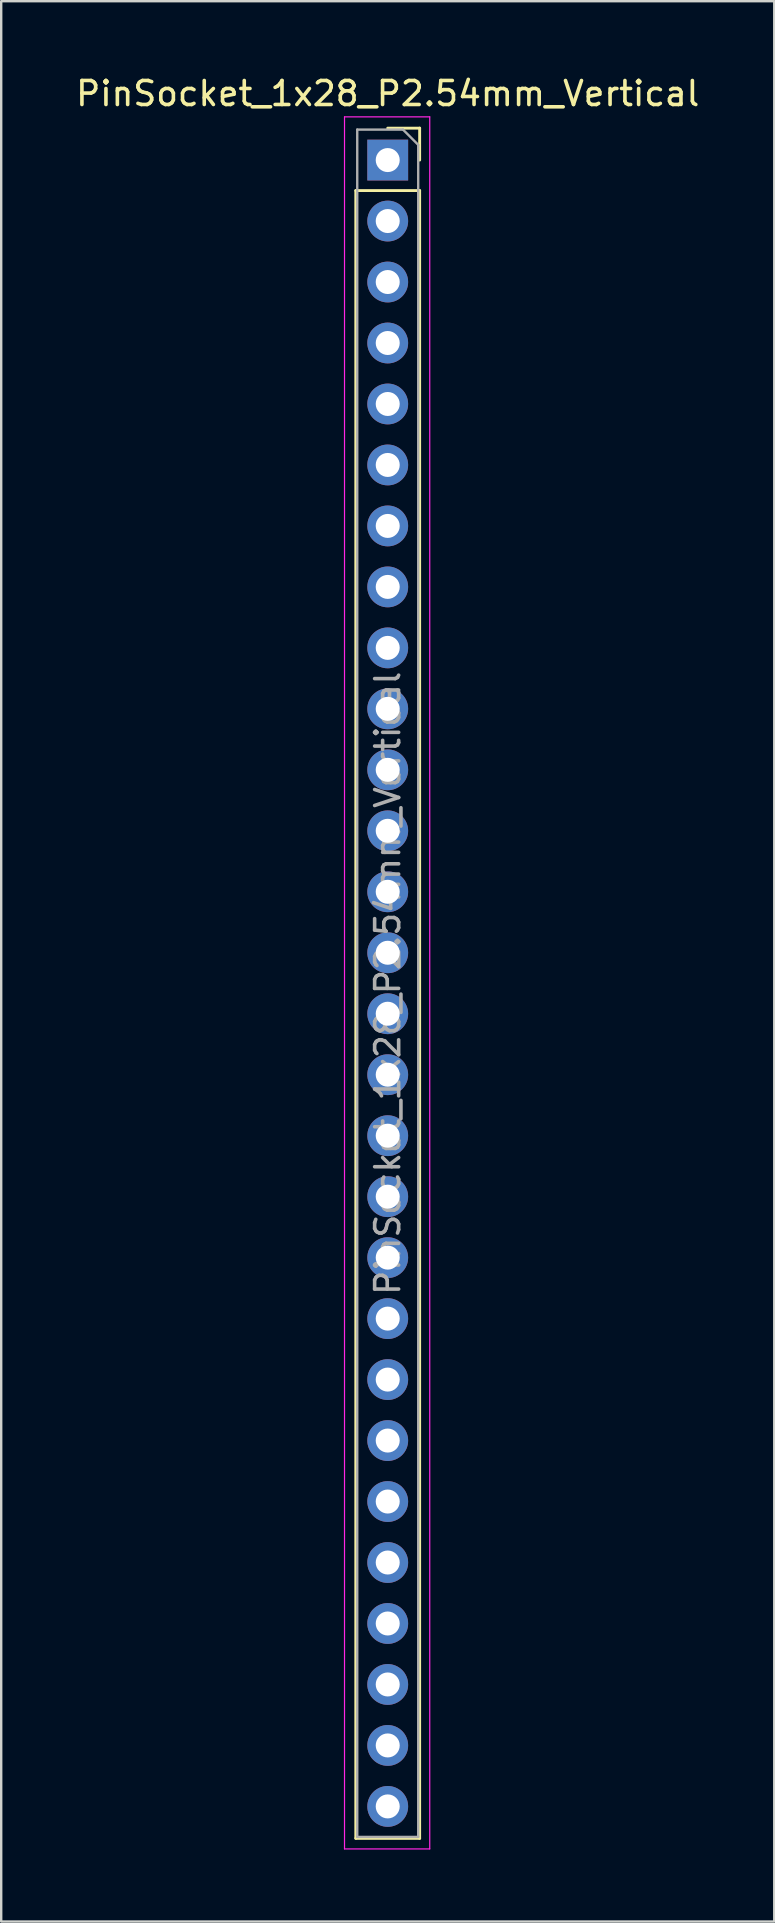
<source format=kicad_pcb>
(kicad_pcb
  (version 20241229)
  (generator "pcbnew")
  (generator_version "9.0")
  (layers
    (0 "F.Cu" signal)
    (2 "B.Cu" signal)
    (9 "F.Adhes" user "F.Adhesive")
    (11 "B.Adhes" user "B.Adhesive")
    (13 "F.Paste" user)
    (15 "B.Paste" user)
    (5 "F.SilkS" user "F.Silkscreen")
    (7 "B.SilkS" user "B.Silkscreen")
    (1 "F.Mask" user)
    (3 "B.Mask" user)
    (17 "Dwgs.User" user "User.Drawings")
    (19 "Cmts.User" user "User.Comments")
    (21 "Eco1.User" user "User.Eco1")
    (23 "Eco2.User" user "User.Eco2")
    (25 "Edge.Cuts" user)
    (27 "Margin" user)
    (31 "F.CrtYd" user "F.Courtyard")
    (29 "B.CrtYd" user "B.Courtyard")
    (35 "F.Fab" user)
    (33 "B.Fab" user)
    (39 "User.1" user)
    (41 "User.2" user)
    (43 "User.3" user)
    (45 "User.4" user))
  (footprint "PinSocket_1x28_P2.54mm_Vertical"
    (layer "F.Cu")
    (at 13.101 3.618)
    (property "Reference" "PinSocket_1x28_P2.54mm_Vertical" (at 0 -2.77 0) (layer "F.SilkS") (effects (font (size 1 1) (thickness 0.15))))
    (attr through_hole)
    (fp_line (start -1.33 1.27) (end -1.33 69.91) (stroke (width 0.12) (type solid)) (layer "F.SilkS"))
    (fp_line (start -1.33 1.27) (end 1.33 1.27) (stroke (width 0.12) (type solid)) (layer "F.SilkS"))
    (fp_line (start -1.33 69.91) (end 1.33 69.91) (stroke (width 0.12) (type solid)) (layer "F.SilkS"))
    (fp_line (start 0 -1.33) (end 1.33 -1.33) (stroke (width 0.12) (type solid)) (layer "F.SilkS"))
    (fp_line (start 1.33 -1.33) (end 1.33 0) (stroke (width 0.12) (type solid)) (layer "F.SilkS"))
    (fp_line (start 1.33 1.27) (end 1.33 69.91) (stroke (width 0.12) (type solid)) (layer "F.SilkS"))
    (fp_line (start -1.8 -1.8) (end 1.75 -1.8) (stroke (width 0.05) (type solid)) (layer "F.CrtYd"))
    (fp_line (start -1.8 70.35) (end -1.8 -1.8) (stroke (width 0.05) (type solid)) (layer "F.CrtYd"))
    (fp_line (start 1.75 -1.8) (end 1.75 70.35) (stroke (width 0.05) (type solid)) (layer "F.CrtYd"))
    (fp_line (start 1.75 70.35) (end -1.8 70.35) (stroke (width 0.05) (type solid)) (layer "F.CrtYd"))
    (fp_line (start -1.27 -1.27) (end 0.635 -1.27) (stroke (width 0.1) (type solid)) (layer "F.Fab"))
    (fp_line (start -1.27 69.85) (end -1.27 -1.27) (stroke (width 0.1) (type solid)) (layer "F.Fab"))
    (fp_line (start 0.635 -1.27) (end 1.27 -0.635) (stroke (width 0.1) (type solid)) (layer "F.Fab"))
    (fp_line (start 1.27 -0.635) (end 1.27 69.85) (stroke (width 0.1) (type solid)) (layer "F.Fab"))
    (fp_line (start 1.27 69.85) (end -1.27 69.85) (stroke (width 0.1) (type solid)) (layer "F.Fab"))
    (fp_text user "${REFERENCE}" (at 0 34.29 90) (layer "F.Fab") (effects (font (size 1 1) (thickness 0.15))))
    (pad "1" thru_hole rect (at 0 0) (size 1.7 1.7) (drill 1) (layers "*.Cu" "*.Mask"))
    (pad "2" thru_hole oval (at 0 2.54) (size 1.7 1.7) (drill 1) (layers "*.Cu" "*.Mask"))
    (pad "3" thru_hole oval (at 0 5.08) (size 1.7 1.7) (drill 1) (layers "*.Cu" "*.Mask"))
    (pad "4" thru_hole oval (at 0 7.62) (size 1.7 1.7) (drill 1) (layers "*.Cu" "*.Mask"))
    (pad "5" thru_hole oval (at 0 10.16) (size 1.7 1.7) (drill 1) (layers "*.Cu" "*.Mask"))
    (pad "6" thru_hole oval (at 0 12.7) (size 1.7 1.7) (drill 1) (layers "*.Cu" "*.Mask"))
    (pad "7" thru_hole oval (at 0 15.24) (size 1.7 1.7) (drill 1) (layers "*.Cu" "*.Mask"))
    (pad "8" thru_hole oval (at 0 17.78) (size 1.7 1.7) (drill 1) (layers "*.Cu" "*.Mask"))
    (pad "9" thru_hole oval (at 0 20.32) (size 1.7 1.7) (drill 1) (layers "*.Cu" "*.Mask"))
    (pad "10" thru_hole oval (at 0 22.86) (size 1.7 1.7) (drill 1) (layers "*.Cu" "*.Mask"))
    (pad "11" thru_hole oval (at 0 25.4) (size 1.7 1.7) (drill 1) (layers "*.Cu" "*.Mask"))
    (pad "12" thru_hole oval (at 0 27.94) (size 1.7 1.7) (drill 1) (layers "*.Cu" "*.Mask"))
    (pad "13" thru_hole oval (at 0 30.48) (size 1.7 1.7) (drill 1) (layers "*.Cu" "*.Mask"))
    (pad "14" thru_hole oval (at 0 33.02) (size 1.7 1.7) (drill 1) (layers "*.Cu" "*.Mask"))
    (pad "15" thru_hole oval (at 0 35.56) (size 1.7 1.7) (drill 1) (layers "*.Cu" "*.Mask"))
    (pad "16" thru_hole oval (at 0 38.1) (size 1.7 1.7) (drill 1) (layers "*.Cu" "*.Mask"))
    (pad "17" thru_hole oval (at 0 40.64) (size 1.7 1.7) (drill 1) (layers "*.Cu" "*.Mask"))
    (pad "18" thru_hole oval (at 0 43.18) (size 1.7 1.7) (drill 1) (layers "*.Cu" "*.Mask"))
    (pad "19" thru_hole oval (at 0 45.72) (size 1.7 1.7) (drill 1) (layers "*.Cu" "*.Mask"))
    (pad "20" thru_hole oval (at 0 48.26) (size 1.7 1.7) (drill 1) (layers "*.Cu" "*.Mask"))
    (pad "21" thru_hole oval (at 0 50.8) (size 1.7 1.7) (drill 1) (layers "*.Cu" "*.Mask"))
    (pad "22" thru_hole oval (at 0 53.34) (size 1.7 1.7) (drill 1) (layers "*.Cu" "*.Mask"))
    (pad "23" thru_hole oval (at 0 55.88) (size 1.7 1.7) (drill 1) (layers "*.Cu" "*.Mask"))
    (pad "24" thru_hole oval (at 0 58.42) (size 1.7 1.7) (drill 1) (layers "*.Cu" "*.Mask"))
    (pad "25" thru_hole oval (at 0 60.96) (size 1.7 1.7) (drill 1) (layers "*.Cu" "*.Mask"))
    (pad "26" thru_hole oval (at 0 63.5) (size 1.7 1.7) (drill 1) (layers "*.Cu" "*.Mask"))
    (pad "27" thru_hole oval (at 0 66.04) (size 1.7 1.7) (drill 1) (layers "*.Cu" "*.Mask"))
    (pad "28" thru_hole oval (at 0 68.58) (size 1.7 1.7) (drill 1) (layers "*.Cu" "*.Mask")))
  (gr_rect
    (start -3 -3)
    (end 29.202 76.993)
    (stroke (width 0.1) (type default))
    (fill no)
    (layer "Edge.Cuts")))
</source>
